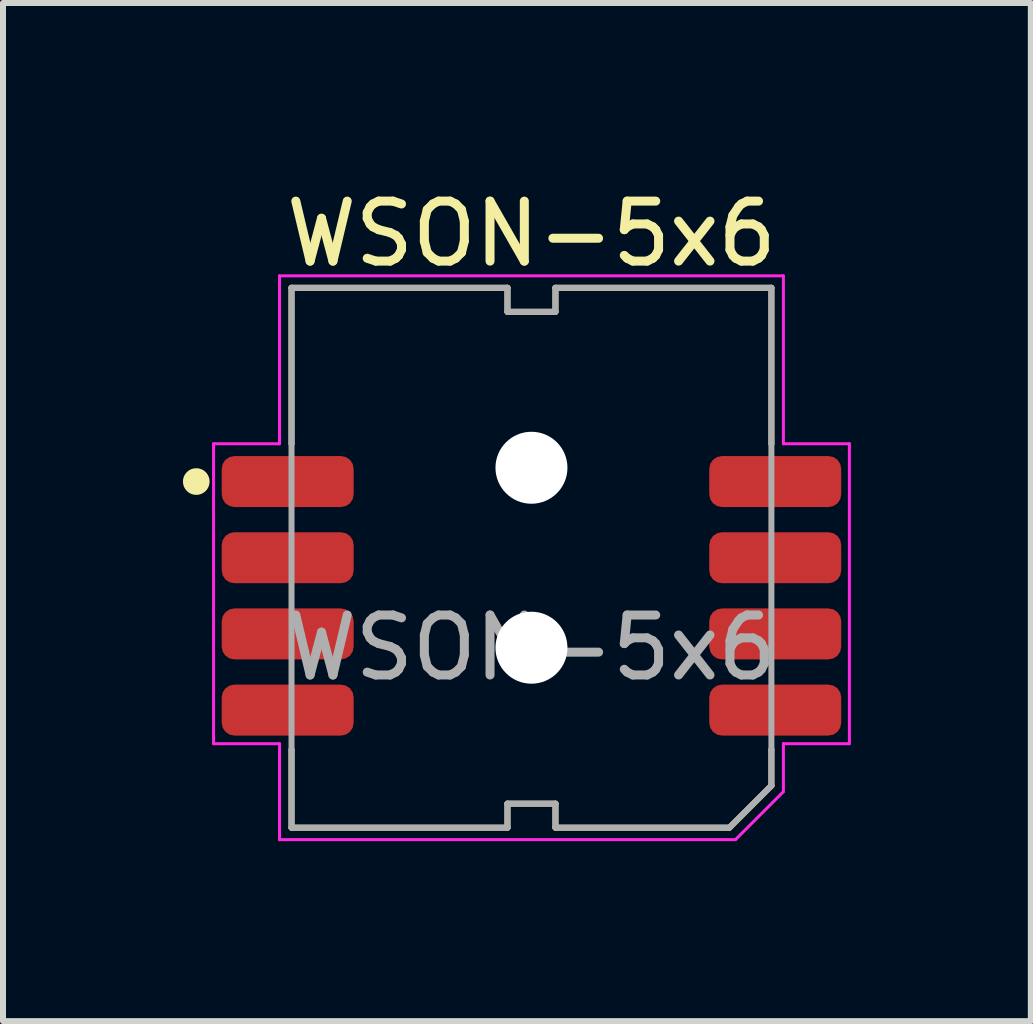
<source format=kicad_pcb>
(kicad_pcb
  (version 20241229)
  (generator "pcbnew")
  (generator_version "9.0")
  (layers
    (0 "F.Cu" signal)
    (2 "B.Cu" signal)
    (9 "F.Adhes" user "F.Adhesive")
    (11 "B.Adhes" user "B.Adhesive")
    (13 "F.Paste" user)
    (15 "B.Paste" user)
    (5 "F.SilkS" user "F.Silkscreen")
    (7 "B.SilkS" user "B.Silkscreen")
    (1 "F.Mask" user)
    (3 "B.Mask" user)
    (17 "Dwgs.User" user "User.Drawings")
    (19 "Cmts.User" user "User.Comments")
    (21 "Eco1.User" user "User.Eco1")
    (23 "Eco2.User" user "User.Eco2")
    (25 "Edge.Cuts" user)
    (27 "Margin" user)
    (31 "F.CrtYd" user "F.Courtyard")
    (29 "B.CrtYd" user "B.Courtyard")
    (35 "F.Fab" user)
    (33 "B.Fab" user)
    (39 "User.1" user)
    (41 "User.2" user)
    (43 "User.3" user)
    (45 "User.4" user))
  (footprint "WSON-5x6"
    (layer "F.Cu")
    (at 5.81 6.248)
    (property "Reference" "WSON-5x6" (at 0 -5.4 0) (unlocked yes) (layer "F.SilkS") (effects (font (size 1 1) (thickness 0.15))))
    (attr smd)
    (fp_line (start -4 -4.5) (end -4 -1.9) (stroke (width 0.1) (type default)) (layer "F.SilkS"))
    (fp_line (start -4 4.5) (end -4 3.2) (stroke (width 0.1) (type default)) (layer "F.SilkS"))
    (fp_line (start -0.4 -4.5) (end -4 -4.5) (stroke (width 0.1) (type solid)) (layer "F.SilkS"))
    (fp_line (start -0.4 -4.5) (end -0.4 -4.1) (stroke (width 0.1) (type solid)) (layer "F.SilkS"))
    (fp_line (start -0.4 -4.1) (end 0.4 -4.1) (stroke (width 0.1) (type solid)) (layer "F.SilkS"))
    (fp_line (start -0.4 4.1) (end -0.4 4.5) (stroke (width 0.1) (type solid)) (layer "F.SilkS"))
    (fp_line (start -0.4 4.5) (end -4 4.5) (stroke (width 0.1) (type solid)) (layer "F.SilkS"))
    (fp_line (start 0.4 -4.5) (end 4 -4.5) (stroke (width 0.1) (type solid)) (layer "F.SilkS"))
    (fp_line (start 0.4 -4.1) (end 0.4 -4.5) (stroke (width 0.1) (type solid)) (layer "F.SilkS"))
    (fp_line (start 0.4 4.1) (end -0.4 4.1) (stroke (width 0.1) (type solid)) (layer "F.SilkS"))
    (fp_line (start 0.4 4.5) (end 0.4 4.1) (stroke (width 0.1) (type solid)) (layer "F.SilkS"))
    (fp_line (start 0.4 4.5) (end 3.3 4.5) (stroke (width 0.1) (type solid)) (layer "F.SilkS"))
    (fp_line (start 3.3 4.5) (end 4 3.8) (stroke (width 0.1) (type default)) (layer "F.SilkS"))
    (fp_line (start 4 -4.5) (end 4 -1.9) (stroke (width 0.1) (type default)) (layer "F.SilkS"))
    (fp_line (start 4 3.8) (end 4 3.2) (stroke (width 0.1) (type default)) (layer "F.SilkS"))
    (fp_circle (center -5.588 -1.27) (end -5.466 -1.392) (stroke (width 0.1) (type solid)) (fill yes) (layer "F.SilkS"))
    (fp_line (start -5.3 -1.9) (end -4.2 -1.9) (stroke (width 0.05) (type default)) (layer "F.CrtYd"))
    (fp_line (start -5.3 -1.8) (end -5.3 -1.9) (stroke (width 0.05) (type default)) (layer "F.CrtYd"))
    (fp_line (start -5.3 3.1) (end -5.3 -1.8) (stroke (width 0.05) (type default)) (layer "F.CrtYd"))
    (fp_line (start -4.2 -4.7) (end 4.2 -4.7) (stroke (width 0.05) (type default)) (layer "F.CrtYd"))
    (fp_line (start -4.2 -1.9) (end -4.2 -4.7) (stroke (width 0.05) (type default)) (layer "F.CrtYd"))
    (fp_line (start -4.2 3.1) (end -5.3 3.1) (stroke (width 0.05) (type default)) (layer "F.CrtYd"))
    (fp_line (start -4.2 4.7) (end -4.2 3.1) (stroke (width 0.05) (type default)) (layer "F.CrtYd"))
    (fp_line (start 3.4 4.7) (end -4.2 4.7) (stroke (width 0.05) (type default)) (layer "F.CrtYd"))
    (fp_line (start 4.2 -4.7) (end 4.2 -1.9) (stroke (width 0.05) (type default)) (layer "F.CrtYd"))
    (fp_line (start 4.2 -1.9) (end 5.3 -1.9) (stroke (width 0.05) (type default)) (layer "F.CrtYd"))
    (fp_line (start 4.2 3.1) (end 4.2 3.9) (stroke (width 0.05) (type default)) (layer "F.CrtYd"))
    (fp_line (start 4.2 3.9) (end 3.4 4.7) (stroke (width 0.05) (type default)) (layer "F.CrtYd"))
    (fp_line (start 5.3 -1.9) (end 5.3 3.1) (stroke (width 0.05) (type default)) (layer "F.CrtYd"))
    (fp_line (start 5.3 3.1) (end 4.2 3.1) (stroke (width 0.05) (type default)) (layer "F.CrtYd"))
    (fp_line (start -4 -4.5) (end -4 -1.9) (stroke (width 0.1) (type default)) (layer "F.Fab"))
    (fp_line (start -4 -1.9) (end -4 3.2) (stroke (width 0.1) (type default)) (layer "F.Fab"))
    (fp_line (start -4 4.5) (end -4 3.2) (stroke (width 0.1) (type default)) (layer "F.Fab"))
    (fp_line (start -0.4 -4.5) (end -4 -4.5) (stroke (width 0.1) (type solid)) (layer "F.Fab"))
    (fp_line (start -0.4 -4.5) (end -0.4 -4.1) (stroke (width 0.1) (type solid)) (layer "F.Fab"))
    (fp_line (start -0.4 -4.1) (end 0.4 -4.1) (stroke (width 0.1) (type solid)) (layer "F.Fab"))
    (fp_line (start -0.4 4.1) (end -0.4 4.5) (stroke (width 0.1) (type solid)) (layer "F.Fab"))
    (fp_line (start -0.4 4.5) (end -4 4.5) (stroke (width 0.1) (type solid)) (layer "F.Fab"))
    (fp_line (start 0.4 -4.5) (end 4 -4.5) (stroke (width 0.1) (type solid)) (layer "F.Fab"))
    (fp_line (start 0.4 -4.1) (end 0.4 -4.5) (stroke (width 0.1) (type solid)) (layer "F.Fab"))
    (fp_line (start 0.4 4.1) (end -0.4 4.1) (stroke (width 0.1) (type solid)) (layer "F.Fab"))
    (fp_line (start 0.4 4.5) (end 0.4 4.1) (stroke (width 0.1) (type solid)) (layer "F.Fab"))
    (fp_line (start 0.4 4.5) (end 3.3 4.5) (stroke (width 0.1) (type solid)) (layer "F.Fab"))
    (fp_line (start 3.3 4.5) (end 4 3.8) (stroke (width 0.1) (type default)) (layer "F.Fab"))
    (fp_line (start 4 -4.5) (end 4 -1.9) (stroke (width 0.1) (type default)) (layer "F.Fab"))
    (fp_line (start 4 -1.9) (end 4 3.2) (stroke (width 0.1) (type default)) (layer "F.Fab"))
    (fp_line (start 4 3.8) (end 4 3.2) (stroke (width 0.1) (type default)) (layer "F.Fab"))
    (fp_text user "${REFERENCE}" (at 0 1.5 0) (unlocked yes) (layer "F.Fab") (effects (font (size 1 1) (thickness 0.15))))
    (pad "" np_thru_hole circle (at 0 -1.5) (size 1.2 1.2) (drill 1.2) (layers "*.Cu" "*.Mask"))
    (pad "" np_thru_hole circle (at 0 1.5) (size 1.2 1.2) (drill 1.2) (layers "*.Cu" "*.Mask"))
    (pad "1" smd roundrect (at -4.064 -1.27) (size 2.2 0.85) (layers "F.Cu" "F.Mask" "F.Paste") (roundrect_rratio 0.25))
    (pad "2" smd roundrect (at -4.064 0) (size 2.2 0.85) (layers "F.Cu" "F.Mask" "F.Paste") (roundrect_rratio 0.25))
    (pad "3" smd roundrect (at -4.064 1.27) (size 2.2 0.85) (layers "F.Cu" "F.Mask" "F.Paste") (roundrect_rratio 0.25))
    (pad "4" smd roundrect (at -4.064 2.54) (size 2.2 0.85) (layers "F.Cu" "F.Mask" "F.Paste") (roundrect_rratio 0.25))
    (pad "5" smd roundrect (at 4.064 2.54) (size 2.2 0.85) (layers "F.Cu" "F.Mask" "F.Paste") (roundrect_rratio 0.25))
    (pad "6" smd roundrect (at 4.064 1.27) (size 2.2 0.85) (layers "F.Cu" "F.Mask" "F.Paste") (roundrect_rratio 0.25))
    (pad "7" smd roundrect (at 4.064 0) (size 2.2 0.85) (layers "F.Cu" "F.Mask" "F.Paste") (roundrect_rratio 0.25))
    (pad "8" smd roundrect (at 4.064 -1.27) (size 2.2 0.85) (layers "F.Cu" "F.Mask" "F.Paste") (roundrect_rratio 0.25)))
  (gr_rect
    (start -3 -3)
    (end 14.135 13.973)
    (stroke (width 0.1) (type default))
    (fill no)
    (layer "Edge.Cuts")))
</source>
